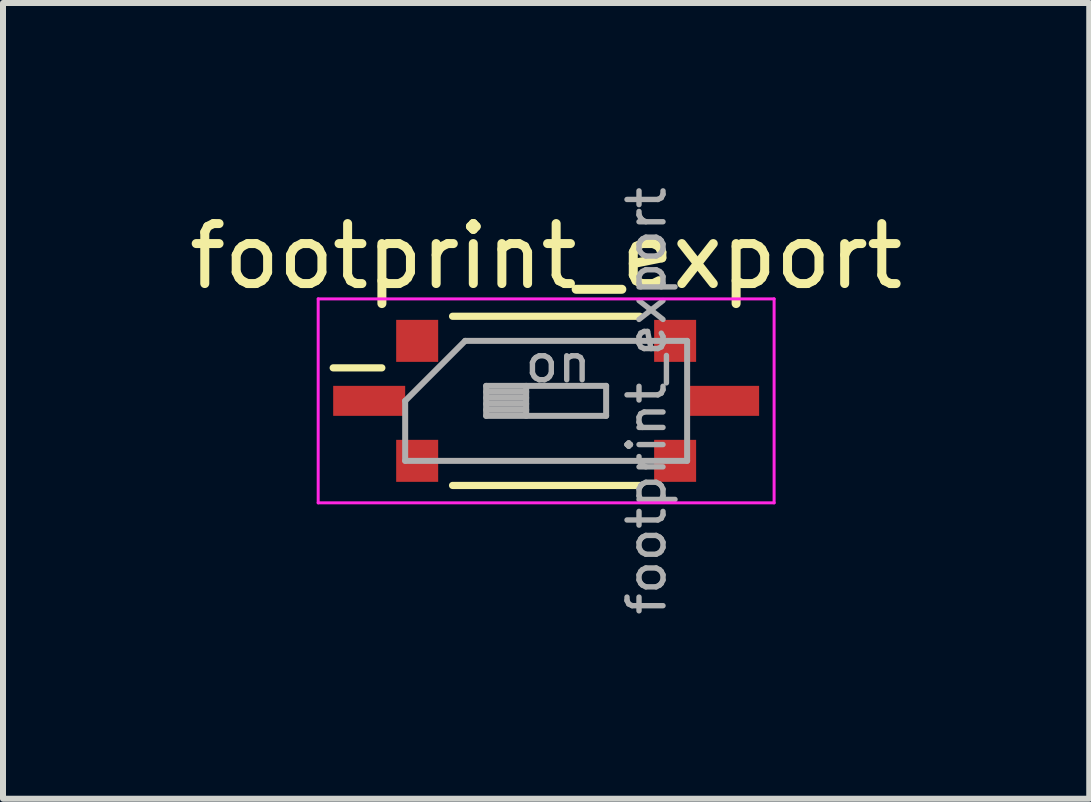
<source format=kicad_pcb>
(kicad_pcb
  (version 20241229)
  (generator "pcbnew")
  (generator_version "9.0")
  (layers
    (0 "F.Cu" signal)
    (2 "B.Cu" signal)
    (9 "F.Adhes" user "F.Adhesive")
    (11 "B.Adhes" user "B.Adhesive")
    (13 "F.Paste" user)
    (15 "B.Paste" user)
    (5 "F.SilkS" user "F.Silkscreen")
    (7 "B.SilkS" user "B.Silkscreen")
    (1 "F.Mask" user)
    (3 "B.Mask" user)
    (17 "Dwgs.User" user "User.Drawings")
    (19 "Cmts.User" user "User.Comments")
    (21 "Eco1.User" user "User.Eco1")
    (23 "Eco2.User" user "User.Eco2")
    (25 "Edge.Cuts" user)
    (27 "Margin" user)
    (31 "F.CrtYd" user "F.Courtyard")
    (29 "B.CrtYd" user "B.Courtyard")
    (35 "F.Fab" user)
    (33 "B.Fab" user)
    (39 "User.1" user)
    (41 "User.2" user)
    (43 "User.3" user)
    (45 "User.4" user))
  (footprint "footprint_export"
    (layer "F.Cu")
    (at 6.054 3.632)
    (property "Reference" "footprint_export" (at 0 -2.41 0) (layer "F.SilkS") (effects (font (size 1 1) (thickness 0.15))))
    (attr smd)
    (fp_line (start -3.55 -0.55) (end -2.739 -0.55) (stroke (width 0.12) (type solid)) (layer "F.SilkS"))
    (fp_line (start -1.56 -1.41) (end 1.561 -1.41) (stroke (width 0.12) (type solid)) (layer "F.SilkS"))
    (fp_line (start -1.56 1.41) (end 1.561 1.41) (stroke (width 0.12) (type solid)) (layer "F.SilkS"))
    (fp_line (start -3.8 -1.7) (end -3.8 1.7) (stroke (width 0.05) (type solid)) (layer "F.CrtYd"))
    (fp_line (start -3.8 1.7) (end 3.8 1.7) (stroke (width 0.05) (type solid)) (layer "F.CrtYd"))
    (fp_line (start 3.8 -1.7) (end -3.8 -1.7) (stroke (width 0.05) (type solid)) (layer "F.CrtYd"))
    (fp_line (start 3.8 1.7) (end 3.8 -1.7) (stroke (width 0.05) (type solid)) (layer "F.CrtYd"))
    (fp_line (start -2.35 0) (end -1.35 -1) (stroke (width 0.1) (type solid)) (layer "F.Fab"))
    (fp_line (start -2.35 1) (end -2.35 0) (stroke (width 0.1) (type solid)) (layer "F.Fab"))
    (fp_line (start -1.35 -1) (end 2.35 -1) (stroke (width 0.1) (type solid)) (layer "F.Fab"))
    (fp_line (start -1 -0.25) (end -1 0.25) (stroke (width 0.1) (type solid)) (layer "F.Fab"))
    (fp_line (start -1 -0.15) (end -0.333 -0.15) (stroke (width 0.1) (type solid)) (layer "F.Fab"))
    (fp_line (start -1 -0.05) (end -0.333 -0.05) (stroke (width 0.1) (type solid)) (layer "F.Fab"))
    (fp_line (start -1 0.05) (end -0.333 0.05) (stroke (width 0.1) (type solid)) (layer "F.Fab"))
    (fp_line (start -1 0.15) (end -0.333 0.15) (stroke (width 0.1) (type solid)) (layer "F.Fab"))
    (fp_line (start -1 0.25) (end 1 0.25) (stroke (width 0.1) (type solid)) (layer "F.Fab"))
    (fp_line (start -0.333 -0.25) (end -0.333 0.25) (stroke (width 0.1) (type solid)) (layer "F.Fab"))
    (fp_line (start 1 -0.25) (end -1 -0.25) (stroke (width 0.1) (type solid)) (layer "F.Fab"))
    (fp_line (start 1 0.25) (end 1 -0.25) (stroke (width 0.1) (type solid)) (layer "F.Fab"))
    (fp_line (start 2.35 -1) (end 2.35 1) (stroke (width 0.1) (type solid)) (layer "F.Fab"))
    (fp_line (start 2.35 1) (end -2.35 1) (stroke (width 0.1) (type solid)) (layer "F.Fab"))
    (fp_text user "${REFERENCE}" (at 1.675 0 90) (layer "F.Fab") (effects (font (size 0.6 0.6) (thickness 0.09))))
    (fp_text user "on" (at 0.2 -0.625 0) (layer "F.Fab") (effects (font (size 0.6 0.6) (thickness 0.09))))
    (pad "1" smd rect (at -2.95 0) (size 1.2 0.5) (layers "F.Cu" "F.Mask" "F.Paste"))
    (pad "2" smd rect (at 2.95 0) (size 1.2 0.5) (layers "F.Cu" "F.Mask" "F.Paste"))
    (pad "3" smd rect (at -2.15 -1) (size 0.7 0.7) (layers "F.Cu" "F.Mask" "F.Paste"))
    (pad "3" smd rect (at -2.15 1) (size 0.7 0.7) (layers "F.Cu" "F.Mask" "F.Paste"))
    (pad "3" smd rect (at 2.15 -1) (size 0.7 0.7) (layers "F.Cu" "F.Mask" "F.Paste"))
    (pad "3" smd rect (at 2.15 1) (size 0.7 0.7) (layers "F.Cu" "F.Mask" "F.Paste")))
  (gr_rect
    (start -3 -3)
    (end 15.107 10.264)
    (stroke (width 0.1) (type default))
    (fill no)
    (layer "Edge.Cuts")))
</source>
